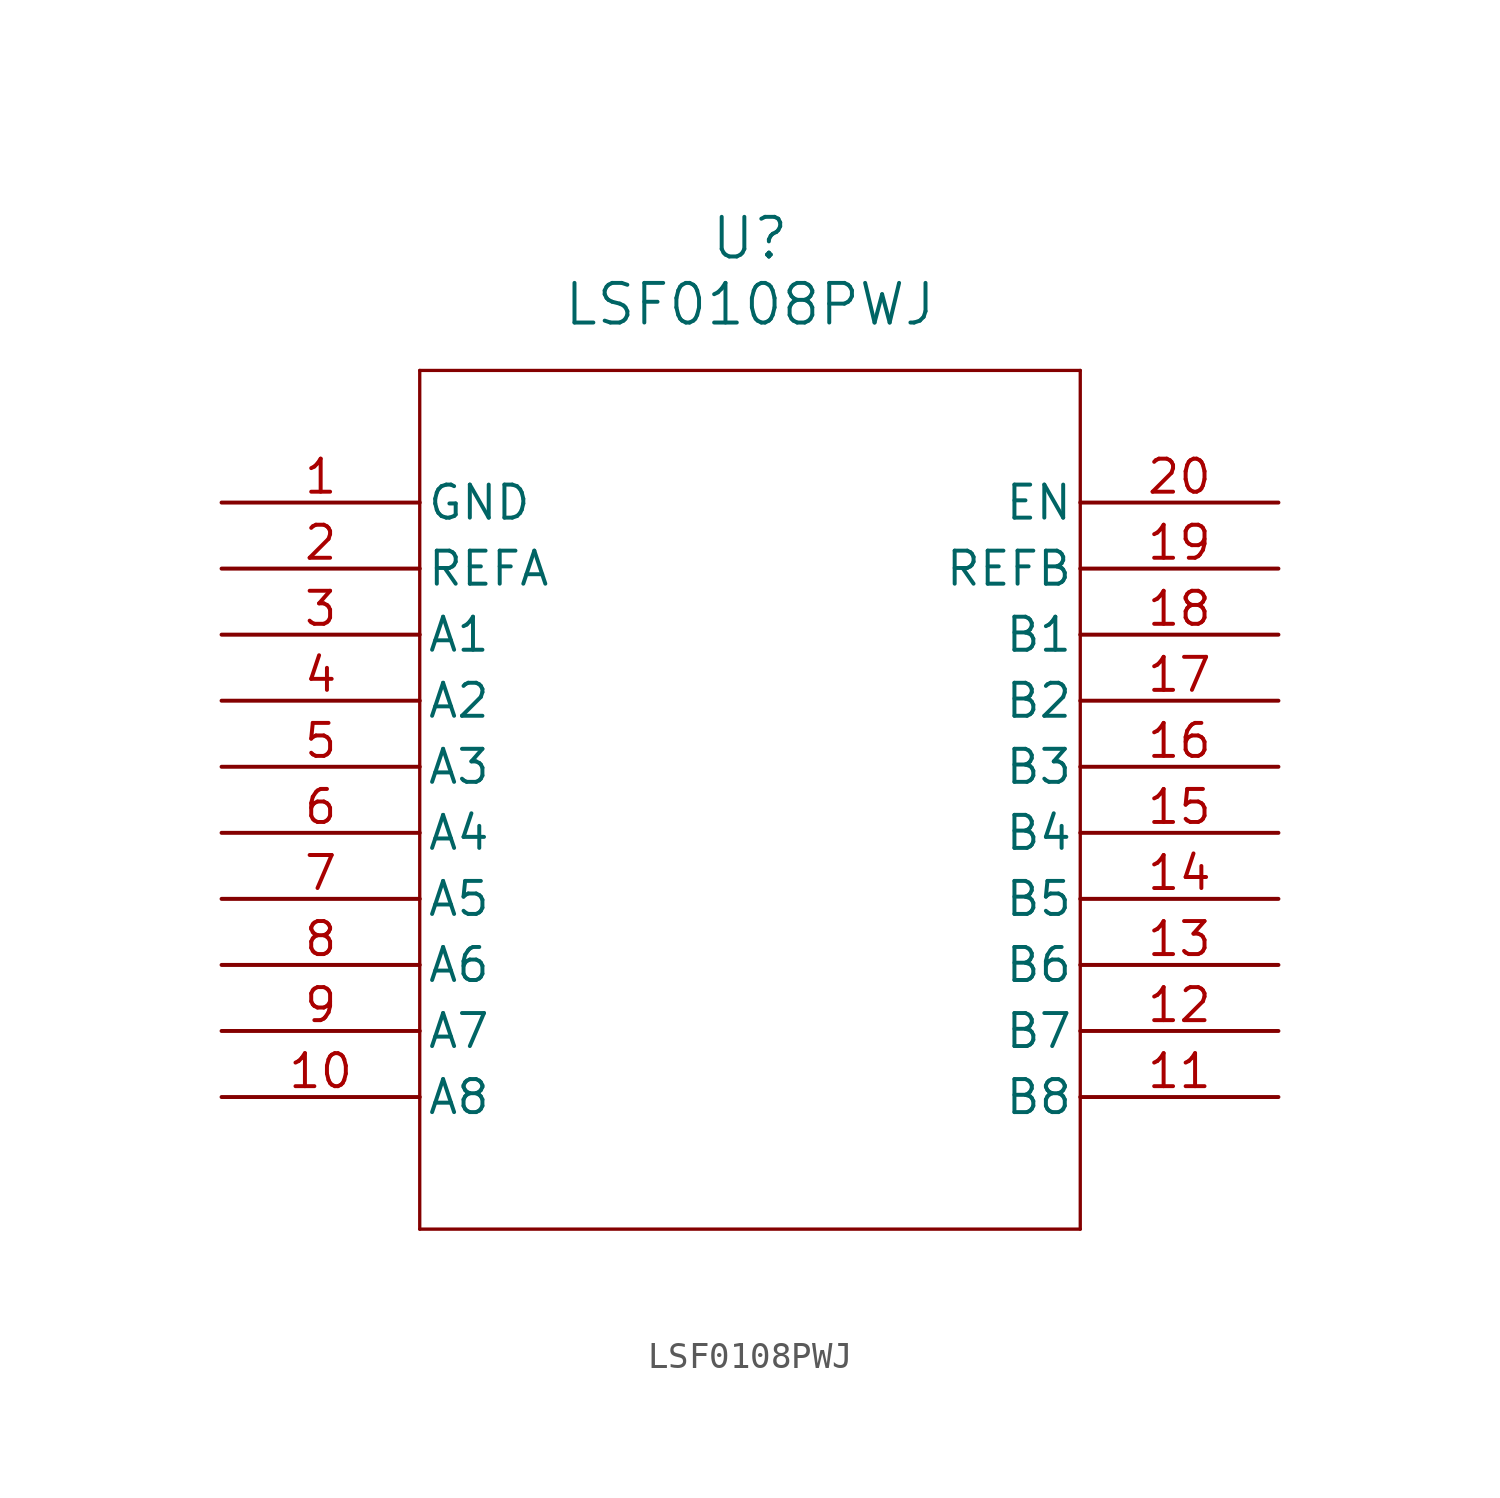
<source format=kicad_sym>
(kicad_symbol_lib
  (version 20211014)
  (generator kicad_symbol_editor)
  (symbol "LSF0108PWJ"
    (pin_names
      (offset 0.254))
    (property "Reference" "U"
      (at 20.32 10.16 0)
      (effects (font (size 1.524 1.524))))
    (property "Value" "LSF0108PWJ"
      (at 20.32 7.62 0)
      (effects (font (size 1.524 1.524))))
    (symbol "LSF0108PWJ_0_1"
      (polyline (pts (xy 7.62 5.08) (xy 7.62 -27.94)) (stroke (width 0.127) (type default) (color 0 0 0 0)) (fill (type none)))
      (polyline (pts (xy 7.62 -27.94) (xy 33.02 -27.94)) (stroke (width 0.127) (type default) (color 0 0 0 0)) (fill (type none)))
      (polyline (pts (xy 33.02 -27.94) (xy 33.02 5.08)) (stroke (width 0.127) (type default) (color 0 0 0 0)) (fill (type none)))
      (polyline (pts (xy 33.02 5.08) (xy 7.62 5.08)) (stroke (width 0.127) (type default) (color 0 0 0 0)) (fill (type none)))
      (pin power_out line (at 0 0 0) (length 7.62) (name "GND" (effects (font (size 1.27 1.27)))) (number "1" (effects (font (size 1.27 1.27)))))
      (pin power_in line (at 0 -2.54 0) (length 7.62) (name "REFA" (effects (font (size 1.27 1.27)))) (number "2" (effects (font (size 1.27 1.27)))))
      (pin bidirectional line (at 0 -5.08 0) (length 7.62) (name "A1" (effects (font (size 1.27 1.27)))) (number "3" (effects (font (size 1.27 1.27)))))
      (pin bidirectional line (at 0 -7.62 0) (length 7.62) (name "A2" (effects (font (size 1.27 1.27)))) (number "4" (effects (font (size 1.27 1.27)))))
      (pin bidirectional line (at 0 -10.16 0) (length 7.62) (name "A3" (effects (font (size 1.27 1.27)))) (number "5" (effects (font (size 1.27 1.27)))))
      (pin bidirectional line (at 0 -12.7 0) (length 7.62) (name "A4" (effects (font (size 1.27 1.27)))) (number "6" (effects (font (size 1.27 1.27)))))
      (pin bidirectional line (at 0 -15.24 0) (length 7.62) (name "A5" (effects (font (size 1.27 1.27)))) (number "7" (effects (font (size 1.27 1.27)))))
      (pin bidirectional line (at 0 -17.78 0) (length 7.62) (name "A6" (effects (font (size 1.27 1.27)))) (number "8" (effects (font (size 1.27 1.27)))))
      (pin bidirectional line (at 0 -20.32 0) (length 7.62) (name "A7" (effects (font (size 1.27 1.27)))) (number "9" (effects (font (size 1.27 1.27)))))
      (pin bidirectional line (at 0 -22.86 0) (length 7.62) (name "A8" (effects (font (size 1.27 1.27)))) (number "10" (effects (font (size 1.27 1.27)))))
      (pin bidirectional line (at 40.64 -22.86 180) (length 7.62) (name "B8" (effects (font (size 1.27 1.27)))) (number "11" (effects (font (size 1.27 1.27)))))
      (pin bidirectional line (at 40.64 -20.32 180) (length 7.62) (name "B7" (effects (font (size 1.27 1.27)))) (number "12" (effects (font (size 1.27 1.27)))))
      (pin bidirectional line (at 40.64 -17.78 180) (length 7.62) (name "B6" (effects (font (size 1.27 1.27)))) (number "13" (effects (font (size 1.27 1.27)))))
      (pin bidirectional line (at 40.64 -15.24 180) (length 7.62) (name "B5" (effects (font (size 1.27 1.27)))) (number "14" (effects (font (size 1.27 1.27)))))
      (pin bidirectional line (at 40.64 -12.7 180) (length 7.62) (name "B4" (effects (font (size 1.27 1.27)))) (number "15" (effects (font (size 1.27 1.27)))))
      (pin bidirectional line (at 40.64 -10.16 180) (length 7.62) (name "B3" (effects (font (size 1.27 1.27)))) (number "16" (effects (font (size 1.27 1.27)))))
      (pin bidirectional line (at 40.64 -7.62 180) (length 7.62) (name "B2" (effects (font (size 1.27 1.27)))) (number "17" (effects (font (size 1.27 1.27)))))
      (pin bidirectional line (at 40.64 -5.08 180) (length 7.62) (name "B1" (effects (font (size 1.27 1.27)))) (number "18" (effects (font (size 1.27 1.27)))))
      (pin power_in line (at 40.64 -2.54 180) (length 7.62) (name "REFB" (effects (font (size 1.27 1.27)))) (number "19" (effects (font (size 1.27 1.27)))))
      (pin input line (at 40.64 0 180) (length 7.62) (name "EN" (effects (font (size 1.27 1.27)))) (number "20" (effects (font (size 1.27 1.27))))))))
</source>
